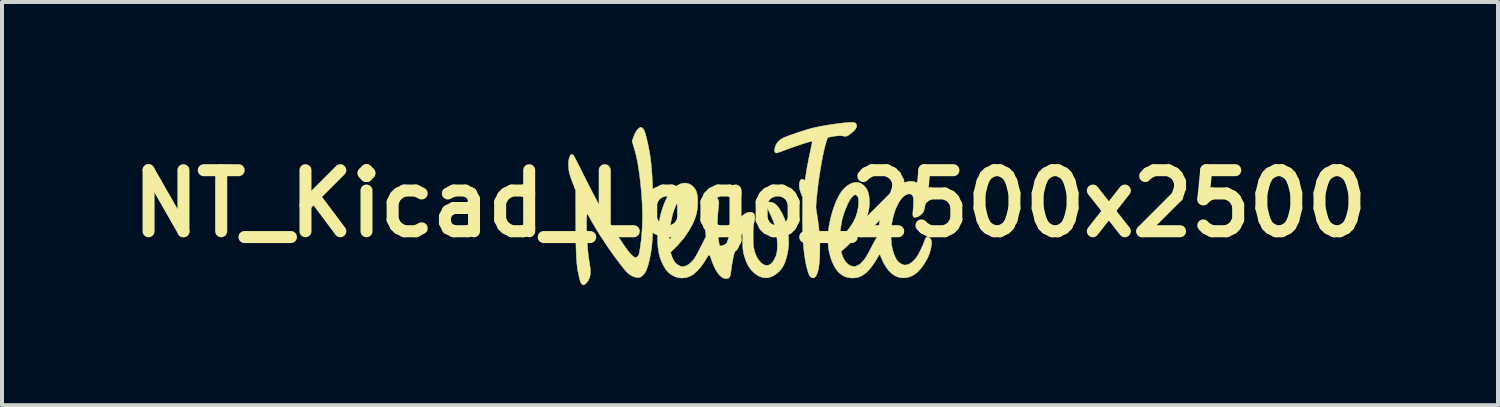
<source format=kicad_pcb>
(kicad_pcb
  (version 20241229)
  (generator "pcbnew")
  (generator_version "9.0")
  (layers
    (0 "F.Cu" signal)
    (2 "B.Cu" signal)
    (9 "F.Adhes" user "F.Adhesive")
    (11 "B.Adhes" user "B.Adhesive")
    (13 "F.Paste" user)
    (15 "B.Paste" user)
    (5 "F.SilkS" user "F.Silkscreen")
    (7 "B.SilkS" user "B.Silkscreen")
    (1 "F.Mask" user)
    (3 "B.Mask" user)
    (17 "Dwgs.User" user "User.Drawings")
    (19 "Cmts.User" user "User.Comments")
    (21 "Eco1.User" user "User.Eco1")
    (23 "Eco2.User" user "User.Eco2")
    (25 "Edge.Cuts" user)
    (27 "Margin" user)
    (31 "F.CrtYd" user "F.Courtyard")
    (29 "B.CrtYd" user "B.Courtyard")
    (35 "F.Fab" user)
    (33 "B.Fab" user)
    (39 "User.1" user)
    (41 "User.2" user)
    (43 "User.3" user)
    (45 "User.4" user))
  (footprint "NT_Kicad_Logo_2500x2500"
    (layer "F.Cu")
    (at 15.683 2.036)
    (property "Reference" "NT_Kicad_Logo_2500x2500" (at 0 0 0) (layer "F.SilkS") (effects (font (size 1.524 1.524) (thickness 0.3))))
    (attr through_hole)
    (fp_poly (pts (xy 2.574 -2.03) (xy 2.593 -2.028) (xy 2.633 -2.012) (xy 2.657 -1.984) (xy 2.665 -1.946) (xy 2.656 -1.901) (xy 2.655 -1.898) (xy 2.637 -1.869) (xy 2.607 -1.833) (xy 2.568 -1.794) (xy 2.524 -1.756) (xy 2.481 -1.723) (xy 2.447 -1.702) (xy 2.416 -1.687) (xy 2.393 -1.68) (xy 2.368 -1.681) (xy 2.346 -1.686) (xy 2.278 -1.695) (xy 2.202 -1.695) (xy 2.113 -1.685) (xy 2.056 -1.676) (xy 1.942 -1.654) (xy 1.916 -1.581) (xy 1.892 -1.504) (xy 1.866 -1.409) (xy 1.84 -1.299) (xy 1.814 -1.175) (xy 1.789 -1.041) (xy 1.764 -0.899) (xy 1.74 -0.751) (xy 1.718 -0.599) (xy 1.697 -0.446) (xy 1.68 -0.295) (xy 1.664 -0.147) (xy 1.656 -0.046) (xy 1.651 0.016) (xy 1.648 0.063) (xy 1.648 0.102) (xy 1.651 0.138) (xy 1.656 0.178) (xy 1.664 0.227) (xy 1.665 0.229) (xy 1.698 0.438) (xy 1.722 0.636) (xy 1.738 0.825) (xy 1.745 1.012) (xy 1.744 1.202) (xy 1.744 1.203) (xy 1.739 1.344) (xy 1.731 1.465) (xy 1.72 1.568) (xy 1.705 1.654) (xy 1.686 1.724) (xy 1.664 1.779) (xy 1.637 1.821) (xy 1.634 1.825) (xy 1.608 1.849) (xy 1.585 1.857) (xy 1.556 1.852) (xy 1.538 1.845) (xy 1.514 1.829) (xy 1.492 1.805) (xy 1.472 1.768) (xy 1.453 1.716) (xy 1.434 1.656) (xy 1.404 1.537) (xy 1.378 1.407) (xy 1.356 1.264) (xy 1.339 1.106) (xy 1.326 0.934) (xy 1.317 0.745) (xy 1.312 0.539) (xy 1.311 0.314) (xy 1.312 0.284) (xy 1.314 -0.157) (xy 1.277 -0.25) (xy 1.246 -0.341) (xy 1.23 -0.42) (xy 1.228 -0.489) (xy 1.242 -0.55) (xy 1.254 -0.578) (xy 1.273 -0.604) (xy 1.294 -0.613) (xy 1.323 -0.605) (xy 1.334 -0.599) (xy 1.369 -0.581) (xy 1.38 -0.633) (xy 1.386 -0.665) (xy 1.394 -0.711) (xy 1.402 -0.763) (xy 1.408 -0.803) (xy 1.414 -0.843) (xy 1.424 -0.899) (xy 1.437 -0.968) (xy 1.452 -1.046) (xy 1.468 -1.128) (xy 1.485 -1.212) (xy 1.489 -1.229) (xy 1.505 -1.305) (xy 1.52 -1.375) (xy 1.533 -1.437) (xy 1.543 -1.487) (xy 1.55 -1.523) (xy 1.554 -1.543) (xy 1.554 -1.546) (xy 1.546 -1.552) (xy 1.53 -1.554) (xy 1.511 -1.551) (xy 1.475 -1.542) (xy 1.426 -1.527) (xy 1.366 -1.509) (xy 1.297 -1.486) (xy 1.223 -1.462) (xy 1.146 -1.436) (xy 1.068 -1.409) (xy 0.994 -1.382) (xy 0.924 -1.357) (xy 0.862 -1.333) (xy 0.85 -1.329) (xy 0.785 -1.304) (xy 0.736 -1.286) (xy 0.701 -1.274) (xy 0.676 -1.267) (xy 0.659 -1.265) (xy 0.647 -1.267) (xy 0.644 -1.269) (xy 0.622 -1.287) (xy 0.613 -1.319) (xy 0.616 -1.364) (xy 0.619 -1.384) (xy 0.645 -1.463) (xy 0.687 -1.531) (xy 0.746 -1.59) (xy 0.819 -1.637) (xy 0.847 -1.65) (xy 0.891 -1.668) (xy 0.949 -1.69) (xy 1.018 -1.715) (xy 1.093 -1.741) (xy 1.173 -1.769) (xy 1.254 -1.796) (xy 1.333 -1.821) (xy 1.407 -1.844) (xy 1.473 -1.864) (xy 1.529 -1.88) (xy 1.546 -1.884) (xy 1.624 -1.903) (xy 1.713 -1.921) (xy 1.808 -1.939) (xy 1.909 -1.957) (xy 2.011 -1.973) (xy 2.113 -1.988) (xy 2.213 -2.002) (xy 2.306 -2.013) (xy 2.392 -2.022) (xy 2.467 -2.028) (xy 2.528 -2.031) (xy 2.574 -2.03)) (stroke (width 0.01) (type solid)) (fill yes) (layer "F.SilkS"))
    (fp_poly (pts (xy -2.705 -1.901) (xy -2.688 -1.889) (xy -2.67 -1.871) (xy -2.653 -1.848) (xy -2.638 -1.816) (xy -2.622 -1.773) (xy -2.605 -1.717) (xy -2.587 -1.644) (xy -2.582 -1.625) (xy -2.553 -1.503) (xy -2.529 -1.384) (xy -2.507 -1.265) (xy -2.489 -1.144) (xy -2.473 -1.018) (xy -2.46 -0.884) (xy -2.449 -0.741) (xy -2.44 -0.584) (xy -2.432 -0.412) (xy -2.427 -0.238) (xy -2.423 -0.091) (xy -2.421 0.06) (xy -2.421 0.212) (xy -2.422 0.363) (xy -2.425 0.51) (xy -2.429 0.649) (xy -2.434 0.779) (xy -2.44 0.896) (xy -2.448 0.998) (xy -2.454 1.062) (xy -2.47 1.181) (xy -2.49 1.297) (xy -2.513 1.409) (xy -2.539 1.511) (xy -2.567 1.601) (xy -2.596 1.676) (xy -2.607 1.699) (xy -2.64 1.751) (xy -2.683 1.797) (xy -2.729 1.831) (xy -2.735 1.835) (xy -2.777 1.846) (xy -2.83 1.844) (xy -2.888 1.83) (xy -2.949 1.805) (xy -3.009 1.77) (xy -3.054 1.734) (xy -3.078 1.71) (xy -3.112 1.671) (xy -3.153 1.621) (xy -3.201 1.561) (xy -3.254 1.494) (xy -3.308 1.422) (xy -3.364 1.348) (xy -3.419 1.273) (xy -3.471 1.2) (xy -3.479 1.189) (xy -3.556 1.078) (xy -3.635 0.96) (xy -3.713 0.839) (xy -3.79 0.719) (xy -3.862 0.602) (xy -3.927 0.492) (xy -3.984 0.394) (xy -4.014 0.338) (xy -4.034 0.302) (xy -4.051 0.273) (xy -4.063 0.257) (xy -4.066 0.254) (xy -4.072 0.264) (xy -4.077 0.293) (xy -4.08 0.34) (xy -4.083 0.404) (xy -4.083 0.483) (xy -4.082 0.578) (xy -4.081 0.655) (xy -4.072 0.898) (xy -4.056 1.124) (xy -4.034 1.331) (xy -4.005 1.519) (xy -3.998 1.558) (xy -3.985 1.667) (xy -3.988 1.766) (xy -4.008 1.853) (xy -4.045 1.929) (xy -4.096 1.992) (xy -4.129 2.019) (xy -4.156 2.03) (xy -4.181 2.024) (xy -4.206 2.004) (xy -4.219 1.988) (xy -4.23 1.966) (xy -4.242 1.934) (xy -4.254 1.889) (xy -4.265 1.844) (xy -4.28 1.781) (xy -4.293 1.719) (xy -4.304 1.657) (xy -4.314 1.592) (xy -4.322 1.523) (xy -4.329 1.449) (xy -4.335 1.367) (xy -4.34 1.277) (xy -4.344 1.176) (xy -4.347 1.063) (xy -4.35 0.937) (xy -4.351 0.795) (xy -4.353 0.637) (xy -4.353 0.46) (xy -4.353 0.417) (xy -4.355 -0.33) (xy -4.419 -0.493) (xy -4.455 -0.588) (xy -4.484 -0.669) (xy -4.505 -0.74) (xy -4.52 -0.803) (xy -4.529 -0.863) (xy -4.533 -0.922) (xy -4.534 -0.965) (xy -4.534 -1.022) (xy -4.531 -1.066) (xy -4.526 -1.101) (xy -4.516 -1.135) (xy -4.512 -1.148) (xy -4.499 -1.182) (xy -4.486 -1.209) (xy -4.477 -1.222) (xy -4.448 -1.23) (xy -4.421 -1.218) (xy -4.398 -1.191) (xy -4.389 -1.175) (xy -4.371 -1.142) (xy -4.347 -1.095) (xy -4.317 -1.035) (xy -4.281 -0.965) (xy -4.241 -0.886) (xy -4.198 -0.8) (xy -4.153 -0.71) (xy -4.144 -0.691) (xy -4.038 -0.48) (xy -3.938 -0.286) (xy -3.843 -0.106) (xy -3.751 0.063) (xy -3.662 0.222) (xy -3.573 0.374) (xy -3.484 0.522) (xy -3.394 0.667) (xy -3.299 0.813) (xy -3.256 0.879) (xy -3.19 0.976) (xy -3.134 1.058) (xy -3.086 1.126) (xy -3.045 1.182) (xy -3.009 1.226) (xy -2.978 1.261) (xy -2.95 1.289) (xy -2.936 1.301) (xy -2.899 1.33) (xy -2.872 1.344) (xy -2.849 1.345) (xy -2.826 1.333) (xy -2.81 1.319) (xy -2.795 1.305) (xy -2.785 1.291) (xy -2.777 1.274) (xy -2.769 1.249) (xy -2.762 1.214) (xy -2.753 1.163) (xy -2.749 1.138) (xy -2.714 0.879) (xy -2.693 0.605) (xy -2.686 0.317) (xy -2.693 0.014) (xy -2.714 -0.303) (xy -2.749 -0.635) (xy -2.769 -0.787) (xy -2.788 -0.915) (xy -2.807 -1.028) (xy -2.828 -1.13) (xy -2.85 -1.226) (xy -2.875 -1.321) (xy -2.895 -1.391) (xy -2.946 -1.558) (xy -2.914 -1.655) (xy -2.881 -1.737) (xy -2.843 -1.807) (xy -2.802 -1.86) (xy -2.774 -1.884) (xy -2.746 -1.903) (xy -2.725 -1.908) (xy -2.705 -1.901)) (stroke (width 0.01) (type solid)) (fill yes) (layer "F.SilkS"))
    (fp_poly (pts (xy 4.332 -0.561) (xy 4.36 -0.541) (xy 4.368 -0.53) (xy 4.376 -0.506) (xy 4.382 -0.466) (xy 4.388 -0.414) (xy 4.393 -0.354) (xy 4.396 -0.291) (xy 4.397 -0.229) (xy 4.396 -0.172) (xy 4.396 -0.167) (xy 4.391 -0.105) (xy 4.384 -0.039) (xy 4.374 0.027) (xy 4.364 0.09) (xy 4.352 0.144) (xy 4.341 0.185) (xy 4.333 0.203) (xy 4.313 0.231) (xy 4.283 0.263) (xy 4.247 0.293) (xy 4.213 0.317) (xy 4.208 0.319) (xy 4.177 0.331) (xy 4.141 0.34) (xy 4.137 0.341) (xy 4.11 0.344) (xy 4.093 0.338) (xy 4.079 0.322) (xy 4.079 0.321) (xy 4.072 0.309) (xy 4.068 0.294) (xy 4.066 0.274) (xy 4.066 0.245) (xy 4.069 0.202) (xy 4.073 0.148) (xy 4.08 0.049) (xy 4.083 -0.032) (xy 4.083 -0.094) (xy 4.08 -0.139) (xy 4.074 -0.169) (xy 4.073 -0.17) (xy 4.049 -0.212) (xy 4.016 -0.237) (xy 3.981 -0.244) (xy 3.924 -0.234) (xy 3.867 -0.205) (xy 3.812 -0.159) (xy 3.759 -0.096) (xy 3.709 -0.018) (xy 3.663 0.073) (xy 3.622 0.176) (xy 3.586 0.29) (xy 3.557 0.414) (xy 3.539 0.508) (xy 3.531 0.581) (xy 3.525 0.665) (xy 3.522 0.755) (xy 3.523 0.845) (xy 3.526 0.931) (xy 3.532 1.006) (xy 3.539 1.052) (xy 3.565 1.163) (xy 3.596 1.262) (xy 3.632 1.347) (xy 3.671 1.414) (xy 3.694 1.443) (xy 3.733 1.477) (xy 3.78 1.506) (xy 3.828 1.526) (xy 3.87 1.534) (xy 3.871 1.534) (xy 3.932 1.524) (xy 3.995 1.497) (xy 4.057 1.452) (xy 4.117 1.393) (xy 4.171 1.321) (xy 4.18 1.307) (xy 4.216 1.245) (xy 4.255 1.17) (xy 4.292 1.09) (xy 4.327 1.01) (xy 4.354 0.94) (xy 4.371 0.893) (xy 4.384 0.863) (xy 4.396 0.845) (xy 4.409 0.836) (xy 4.426 0.833) (xy 4.434 0.833) (xy 4.468 0.843) (xy 4.499 0.869) (xy 4.524 0.907) (xy 4.53 0.922) (xy 4.536 0.963) (xy 4.534 1.018) (xy 4.525 1.083) (xy 4.509 1.155) (xy 4.487 1.228) (xy 4.461 1.3) (xy 4.432 1.365) (xy 4.423 1.382) (xy 4.352 1.503) (xy 4.28 1.605) (xy 4.207 1.688) (xy 4.132 1.753) (xy 4.055 1.801) (xy 3.99 1.828) (xy 3.892 1.851) (xy 3.797 1.854) (xy 3.707 1.838) (xy 3.621 1.802) (xy 3.541 1.748) (xy 3.465 1.674) (xy 3.396 1.583) (xy 3.332 1.473) (xy 3.275 1.345) (xy 3.272 1.336) (xy 3.258 1.303) (xy 3.247 1.278) (xy 3.241 1.267) (xy 3.234 1.272) (xy 3.22 1.291) (xy 3.201 1.321) (xy 3.191 1.339) (xy 3.113 1.468) (xy 3.036 1.577) (xy 2.96 1.668) (xy 2.883 1.74) (xy 2.805 1.794) (xy 2.726 1.832) (xy 2.705 1.839) (xy 2.629 1.854) (xy 2.546 1.858) (xy 2.465 1.85) (xy 2.423 1.84) (xy 2.378 1.826) (xy 2.343 1.811) (xy 2.309 1.792) (xy 2.269 1.764) (xy 2.259 1.757) (xy 2.2 1.703) (xy 2.145 1.631) (xy 2.094 1.545) (xy 2.049 1.446) (xy 2.01 1.338) (xy 1.979 1.223) (xy 1.96 1.123) (xy 1.954 1.063) (xy 1.95 0.988) (xy 1.949 0.904) (xy 1.949 0.866) (xy 2.245 0.866) (xy 2.268 0.851) (xy 2.284 0.838) (xy 2.309 0.813) (xy 2.341 0.78) (xy 2.376 0.742) (xy 2.379 0.739) (xy 2.484 0.609) (xy 2.57 0.478) (xy 2.635 0.344) (xy 2.68 0.208) (xy 2.706 0.069) (xy 2.713 -0.048) (xy 2.71 -0.105) (xy 2.703 -0.147) (xy 2.688 -0.18) (xy 2.664 -0.206) (xy 2.663 -0.207) (xy 2.638 -0.22) (xy 2.609 -0.216) (xy 2.575 -0.194) (xy 2.55 -0.17) (xy 2.516 -0.128) (xy 2.481 -0.07) (xy 2.444 0.001) (xy 2.407 0.083) (xy 2.372 0.171) (xy 2.339 0.263) (xy 2.312 0.354) (xy 2.305 0.38) (xy 2.292 0.439) (xy 2.279 0.508) (xy 2.267 0.583) (xy 2.257 0.657) (xy 2.25 0.724) (xy 2.246 0.78) (xy 2.245 0.796) (xy 2.245 0.866) (xy 1.949 0.866) (xy 1.95 0.817) (xy 1.954 0.732) (xy 1.96 0.655) (xy 1.966 0.605) (xy 1.992 0.457) (xy 2.026 0.312) (xy 2.066 0.172) (xy 2.112 0.039) (xy 2.163 -0.083) (xy 2.217 -0.192) (xy 2.273 -0.285) (xy 2.298 -0.319) (xy 2.362 -0.391) (xy 2.431 -0.45) (xy 2.503 -0.493) (xy 2.576 -0.521) (xy 2.648 -0.532) (xy 2.716 -0.525) (xy 2.77 -0.506) (xy 2.831 -0.464) (xy 2.884 -0.409) (xy 2.926 -0.346) (xy 2.947 -0.297) (xy 2.975 -0.171) (xy 2.984 -0.039) (xy 2.975 0.097) (xy 2.947 0.237) (xy 2.902 0.38) (xy 2.838 0.525) (xy 2.756 0.671) (xy 2.682 0.782) (xy 2.636 0.842) (xy 2.576 0.909) (xy 2.506 0.982) (xy 2.428 1.058) (xy 2.347 1.131) (xy 2.338 1.139) (xy 2.274 1.194) (xy 2.291 1.255) (xy 2.322 1.34) (xy 2.362 1.414) (xy 2.409 1.476) (xy 2.462 1.523) (xy 2.518 1.555) (xy 2.577 1.57) (xy 2.636 1.566) (xy 2.639 1.565) (xy 2.702 1.539) (xy 2.764 1.495) (xy 2.817 1.44) (xy 2.845 1.406) (xy 2.87 1.373) (xy 2.894 1.337) (xy 2.919 1.296) (xy 2.948 1.247) (xy 2.981 1.186) (xy 3.021 1.109) (xy 3.025 1.101) (xy 3.058 1.039) (xy 3.09 0.98) (xy 3.119 0.926) (xy 3.144 0.883) (xy 3.162 0.853) (xy 3.164 0.85) (xy 3.18 0.823) (xy 3.191 0.8) (xy 3.199 0.776) (xy 3.204 0.746) (xy 3.208 0.704) (xy 3.211 0.669) (xy 3.219 0.579) (xy 3.229 0.501) (xy 3.242 0.427) (xy 3.259 0.347) (xy 3.268 0.31) (xy 3.309 0.17) (xy 3.359 0.037) (xy 3.417 -0.086) (xy 3.481 -0.198) (xy 3.551 -0.294) (xy 3.606 -0.355) (xy 3.692 -0.431) (xy 3.776 -0.489) (xy 3.86 -0.528) (xy 3.947 -0.551) (xy 3.993 -0.556) (xy 4.037 -0.558) (xy 4.07 -0.555) (xy 4.101 -0.547) (xy 4.132 -0.535) (xy 4.195 -0.508) (xy 4.222 -0.533) (xy 4.258 -0.557) (xy 4.297 -0.566) (xy 4.332 -0.561)) (stroke (width 0.01) (type solid)) (fill yes) (layer "F.SilkS"))
    (fp_poly (pts (xy -1.536 -0.5) (xy -1.47 -0.466) (xy -1.424 -0.428) (xy -1.384 -0.383) (xy -1.353 -0.332) (xy -1.331 -0.274) (xy -1.316 -0.205) (xy -1.308 -0.121) (xy -1.306 -0.03) (xy -1.312 0.103) (xy -1.332 0.229) (xy -1.368 0.353) (xy -1.419 0.479) (xy -1.449 0.539) (xy -1.547 0.71) (xy -1.662 0.872) (xy -1.795 1.026) (xy -1.869 1.102) (xy -1.984 1.213) (xy -1.967 1.273) (xy -1.94 1.349) (xy -1.904 1.422) (xy -1.868 1.475) (xy -1.841 1.501) (xy -1.803 1.528) (xy -1.76 1.551) (xy -1.72 1.568) (xy -1.688 1.575) (xy -1.687 1.575) (xy -1.627 1.565) (xy -1.564 1.537) (xy -1.501 1.493) (xy -1.439 1.432) (xy -1.388 1.368) (xy -1.371 1.342) (xy -1.347 1.3) (xy -1.318 1.247) (xy -1.285 1.186) (xy -1.25 1.119) (xy -1.221 1.062) (xy -1.099 0.818) (xy -1.108 0.732) (xy -1.113 0.672) (xy -1.117 0.597) (xy -1.118 0.511) (xy -1.119 0.418) (xy -1.117 0.325) (xy -1.115 0.235) (xy -1.111 0.153) (xy -1.105 0.084) (xy -1.103 0.063) (xy -1.089 -0.04) (xy -1.072 -0.123) (xy -1.052 -0.187) (xy -1.029 -0.231) (xy -1.004 -0.258) (xy -0.975 -0.267) (xy -0.956 -0.265) (xy -0.903 -0.239) (xy -0.855 -0.194) (xy -0.813 -0.13) (xy -0.793 -0.088) (xy -0.787 -0.073) (xy -0.782 -0.06) (xy -0.78 -0.045) (xy -0.778 -0.026) (xy -0.779 0.000332) (xy -0.782 0.036) (xy -0.786 0.084) (xy -0.793 0.148) (xy -0.8 0.208) (xy -0.815 0.441) (xy -0.811 0.673) (xy -0.789 0.903) (xy -0.748 1.127) (xy -0.715 1.257) (xy -0.702 1.298) (xy -0.691 1.329) (xy -0.683 1.348) (xy -0.68 1.351) (xy -0.672 1.342) (xy -0.662 1.316) (xy -0.651 1.278) (xy -0.64 1.231) (xy -0.63 1.179) (xy -0.604 1.067) (xy -0.568 0.947) (xy -0.522 0.825) (xy -0.468 0.704) (xy -0.409 0.591) (xy -0.348 0.49) (xy -0.309 0.436) (xy -0.245 0.357) (xy -0.185 0.297) (xy -0.128 0.253) (xy -0.073 0.227) (xy -0.03 0.216) (xy 0.027 0.214) (xy 0.07 0.227) (xy 0.1 0.254) (xy 0.117 0.295) (xy 0.121 0.352) (xy 0.111 0.424) (xy 0.101 0.471) (xy 0.094 0.501) (xy 0.088 0.531) (xy 0.084 0.565) (xy 0.082 0.605) (xy 0.08 0.657) (xy 0.079 0.722) (xy 0.079 0.787) (xy 0.079 0.875) (xy 0.08 0.952) (xy 0.083 1.017) (xy 0.087 1.066) (xy 0.09 1.09) (xy 0.118 1.209) (xy 0.158 1.313) (xy 0.209 1.4) (xy 0.271 1.472) (xy 0.292 1.49) (xy 0.348 1.527) (xy 0.403 1.543) (xy 0.455 1.539) (xy 0.506 1.515) (xy 0.533 1.493) (xy 0.572 1.448) (xy 0.609 1.39) (xy 0.64 1.325) (xy 0.656 1.281) (xy 0.674 1.197) (xy 0.682 1.098) (xy 0.682 0.983) (xy 0.672 0.856) (xy 0.653 0.717) (xy 0.649 0.691) (xy 0.63 0.597) (xy 0.606 0.509) (xy 0.575 0.421) (xy 0.535 0.326) (xy 0.517 0.286) (xy 0.475 0.197) (xy 0.443 0.125) (xy 0.421 0.071) (xy 0.409 0.033) (xy 0.406 0.015) (xy 0.415 -0.013) (xy 0.441 -0.032) (xy 0.479 -0.041) (xy 0.484 -0.041) (xy 0.54 -0.034) (xy 0.592 -0.015) (xy 0.641 0.019) (xy 0.69 0.068) (xy 0.738 0.135) (xy 0.789 0.22) (xy 0.803 0.246) (xy 0.867 0.388) (xy 0.915 0.538) (xy 0.947 0.695) (xy 0.964 0.855) (xy 0.964 1.016) (xy 0.949 1.174) (xy 0.917 1.327) (xy 0.869 1.472) (xy 0.843 1.533) (xy 0.794 1.616) (xy 0.732 1.691) (xy 0.659 1.755) (xy 0.58 1.805) (xy 0.496 1.839) (xy 0.451 1.85) (xy 0.371 1.854) (xy 0.29 1.838) (xy 0.208 1.804) (xy 0.129 1.752) (xy 0.085 1.714) (xy 0.017 1.642) (xy -0.039 1.562) (xy -0.086 1.47) (xy -0.12 1.379) (xy -0.142 1.31) (xy -0.158 1.25) (xy -0.17 1.193) (xy -0.178 1.134) (xy -0.182 1.069) (xy -0.184 0.991) (xy -0.185 0.927) (xy -0.185 0.868) (xy -0.186 0.817) (xy -0.188 0.777) (xy -0.19 0.751) (xy -0.193 0.742) (xy -0.205 0.751) (xy -0.222 0.777) (xy -0.244 0.816) (xy -0.267 0.866) (xy -0.292 0.924) (xy -0.317 0.987) (xy -0.341 1.053) (xy -0.362 1.118) (xy -0.37 1.145) (xy -0.393 1.229) (xy -0.413 1.315) (xy -0.432 1.407) (xy -0.45 1.511) (xy -0.468 1.63) (xy -0.471 1.655) (xy -0.481 1.718) (xy -0.488 1.764) (xy -0.495 1.797) (xy -0.502 1.819) (xy -0.51 1.834) (xy -0.519 1.845) (xy -0.554 1.868) (xy -0.598 1.874) (xy -0.652 1.864) (xy -0.654 1.863) (xy -0.704 1.838) (xy -0.755 1.794) (xy -0.805 1.733) (xy -0.854 1.657) (xy -0.9 1.568) (xy -0.942 1.467) (xy -0.962 1.408) (xy -0.979 1.359) (xy -0.994 1.317) (xy -1.006 1.286) (xy -1.013 1.269) (xy -1.014 1.268) (xy -1.022 1.273) (xy -1.038 1.292) (xy -1.059 1.323) (xy -1.083 1.363) (xy -1.084 1.364) (xy -1.166 1.493) (xy -1.247 1.602) (xy -1.327 1.69) (xy -1.408 1.76) (xy -1.437 1.78) (xy -1.524 1.825) (xy -1.614 1.851) (xy -1.706 1.859) (xy -1.796 1.849) (xy -1.884 1.821) (xy -1.967 1.776) (xy -2.042 1.715) (xy -2.108 1.638) (xy -2.124 1.614) (xy -2.187 1.501) (xy -2.237 1.381) (xy -2.273 1.252) (xy -2.297 1.111) (xy -2.308 0.957) (xy -2.31 0.879) (xy -2.308 0.847) (xy -2.023 0.847) (xy -2.02 0.874) (xy -2.012 0.884) (xy -2.012 0.884) (xy -1.999 0.878) (xy -1.977 0.861) (xy -1.96 0.846) (xy -1.908 0.792) (xy -1.854 0.722) (xy -1.799 0.64) (xy -1.745 0.549) (xy -1.696 0.454) (xy -1.653 0.359) (xy -1.621 0.271) (xy -1.597 0.192) (xy -1.581 0.112) (xy -1.57 0.036) (xy -1.566 -0.034) (xy -1.568 -0.095) (xy -1.578 -0.144) (xy -1.594 -0.177) (xy -1.596 -0.179) (xy -1.626 -0.198) (xy -1.664 -0.204) (xy -1.702 -0.196) (xy -1.707 -0.193) (xy -1.725 -0.176) (xy -1.749 -0.143) (xy -1.777 -0.098) (xy -1.807 -0.044) (xy -1.837 0.017) (xy -1.866 0.08) (xy -1.892 0.142) (xy -1.911 0.195) (xy -1.929 0.253) (xy -1.946 0.319) (xy -1.962 0.392) (xy -1.978 0.467) (xy -1.991 0.544) (xy -2.003 0.618) (xy -2.012 0.688) (xy -2.019 0.752) (xy -2.023 0.805) (xy -2.023 0.847) (xy -2.308 0.847) (xy -2.301 0.676) (xy -2.275 0.472) (xy -2.233 0.273) (xy -2.184 0.109) (xy -2.135 -0.023) (xy -2.083 -0.137) (xy -2.028 -0.235) (xy -1.968 -0.317) (xy -1.905 -0.384) (xy -1.83 -0.445) (xy -1.754 -0.487) (xy -1.679 -0.51) (xy -1.606 -0.514) (xy -1.536 -0.5)) (stroke (width 0.01) (type solid)) (fill yes) (layer "F.SilkS")))
  (gr_rect
    (start -3 -3)
    (end 34.365 7.071)
    (stroke (width 0.1) (type default))
    (fill no)
    (layer "Edge.Cuts")))
</source>
